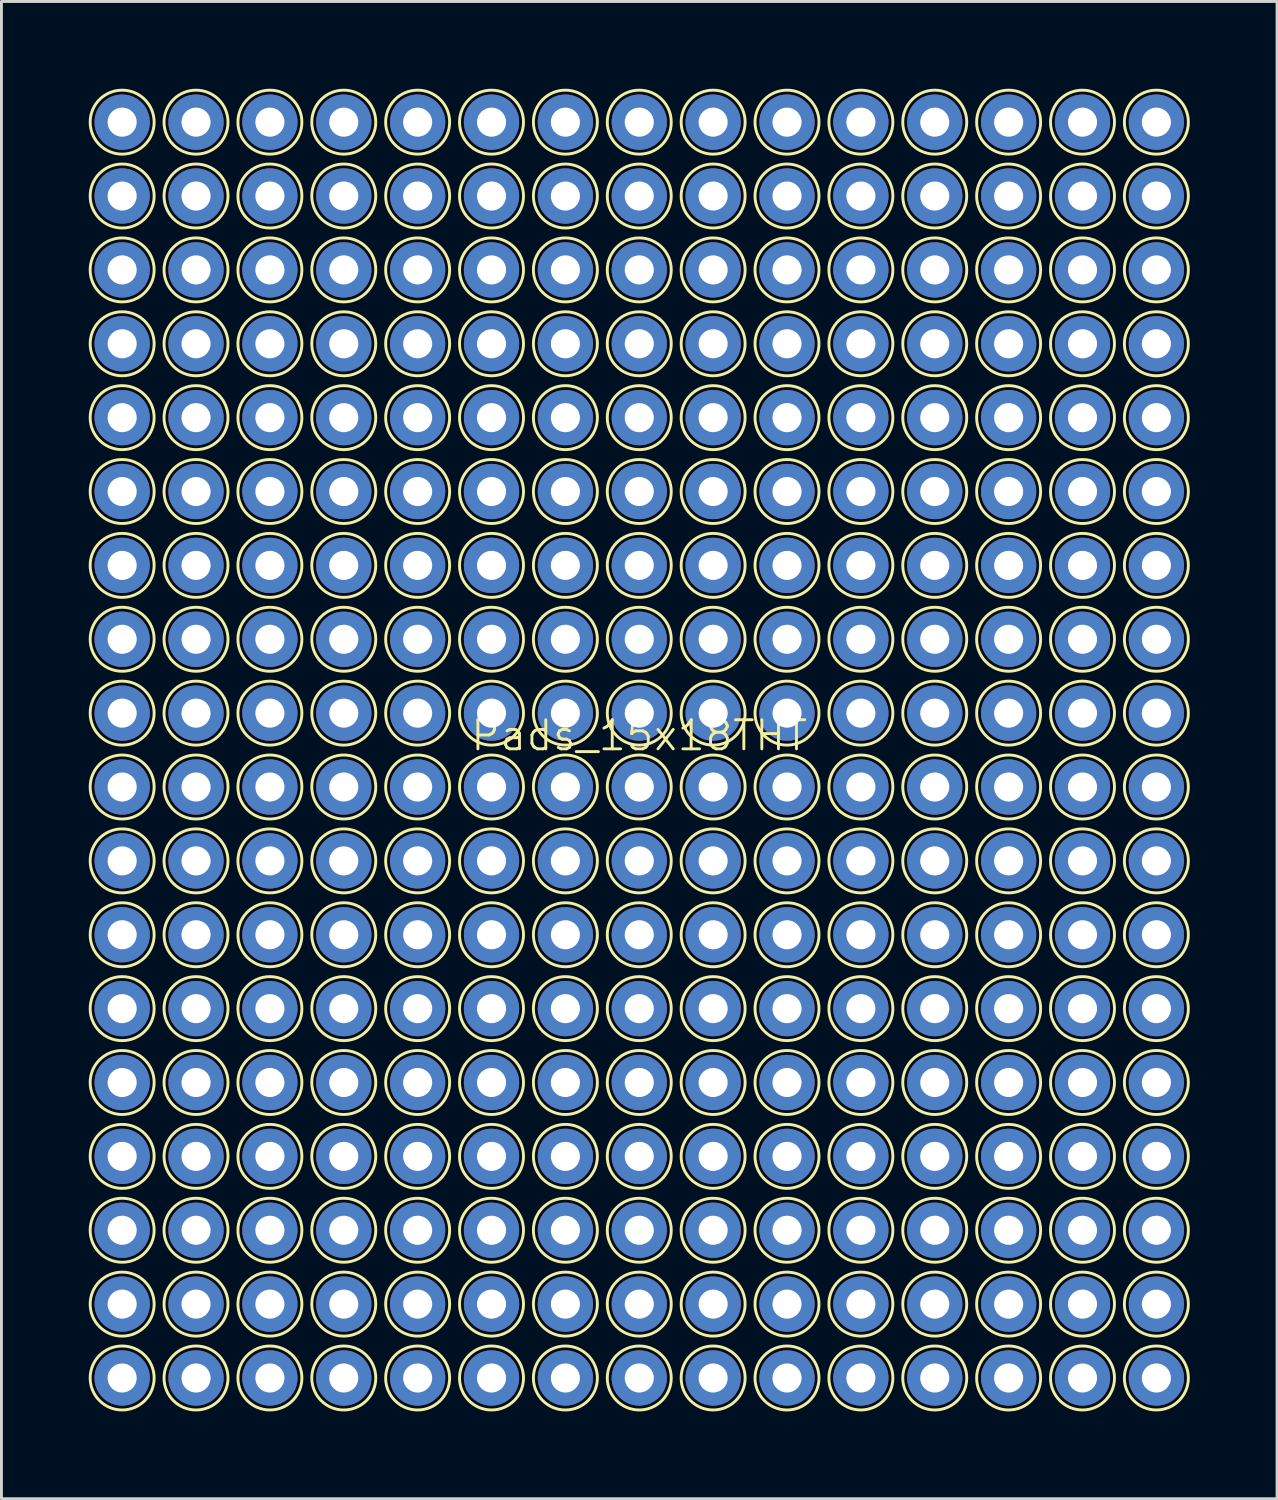
<source format=kicad_pcb>
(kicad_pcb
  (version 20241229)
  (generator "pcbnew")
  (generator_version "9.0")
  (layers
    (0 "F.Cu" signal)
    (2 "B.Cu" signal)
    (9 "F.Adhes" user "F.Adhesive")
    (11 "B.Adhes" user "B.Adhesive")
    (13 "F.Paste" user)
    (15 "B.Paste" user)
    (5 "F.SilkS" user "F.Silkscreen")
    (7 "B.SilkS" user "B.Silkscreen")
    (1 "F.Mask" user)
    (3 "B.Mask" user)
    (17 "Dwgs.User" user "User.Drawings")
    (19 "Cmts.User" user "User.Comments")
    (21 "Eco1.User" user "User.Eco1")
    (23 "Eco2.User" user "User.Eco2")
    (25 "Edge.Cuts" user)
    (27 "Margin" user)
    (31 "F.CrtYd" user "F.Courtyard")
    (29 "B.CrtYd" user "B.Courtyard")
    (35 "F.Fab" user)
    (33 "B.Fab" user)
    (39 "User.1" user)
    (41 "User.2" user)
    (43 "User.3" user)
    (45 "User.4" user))
  (footprint "Pads_15x18THT"
    (layer "F.Cu")
    (at 18.93 22.74)
    (property "Reference" "Pads_15x18THT" (at 0 -0.5 0) (unlocked yes) (layer "F.SilkS") (effects (font (size 1 1) (thickness 0.1))))
    (attr smd)
    (fp_circle (center -17.78 -21.59) (end -16.68 -21.59) (stroke (width 0.1) (type solid)) (fill no) (layer "F.SilkS"))
    (fp_circle (center -17.78 -19.05) (end -16.68 -19.05) (stroke (width 0.1) (type solid)) (fill no) (layer "F.SilkS"))
    (fp_circle (center -17.78 -16.51) (end -16.68 -16.51) (stroke (width 0.1) (type solid)) (fill no) (layer "F.SilkS"))
    (fp_circle (center -17.78 -13.97) (end -16.68 -13.97) (stroke (width 0.1) (type solid)) (fill no) (layer "F.SilkS"))
    (fp_circle (center -17.78 -11.43) (end -16.68 -11.43) (stroke (width 0.1) (type solid)) (fill no) (layer "F.SilkS"))
    (fp_circle (center -17.78 -8.89) (end -16.68 -8.89) (stroke (width 0.1) (type solid)) (fill no) (layer "F.SilkS"))
    (fp_circle (center -17.78 -6.35) (end -16.68 -6.35) (stroke (width 0.1) (type solid)) (fill no) (layer "F.SilkS"))
    (fp_circle (center -17.78 -3.81) (end -16.68 -3.81) (stroke (width 0.1) (type solid)) (fill no) (layer "F.SilkS"))
    (fp_circle (center -17.78 -1.27) (end -16.68 -1.27) (stroke (width 0.1) (type solid)) (fill no) (layer "F.SilkS"))
    (fp_circle (center -17.78 1.27) (end -16.68 1.27) (stroke (width 0.1) (type solid)) (fill no) (layer "F.SilkS"))
    (fp_circle (center -17.78 3.81) (end -16.68 3.81) (stroke (width 0.1) (type solid)) (fill no) (layer "F.SilkS"))
    (fp_circle (center -17.78 6.35) (end -16.68 6.35) (stroke (width 0.1) (type solid)) (fill no) (layer "F.SilkS"))
    (fp_circle (center -17.78 8.89) (end -16.68 8.89) (stroke (width 0.1) (type solid)) (fill no) (layer "F.SilkS"))
    (fp_circle (center -17.78 11.43) (end -16.68 11.43) (stroke (width 0.1) (type solid)) (fill no) (layer "F.SilkS"))
    (fp_circle (center -17.78 13.97) (end -16.68 13.97) (stroke (width 0.1) (type solid)) (fill no) (layer "F.SilkS"))
    (fp_circle (center -17.78 16.51) (end -16.68 16.51) (stroke (width 0.1) (type solid)) (fill no) (layer "F.SilkS"))
    (fp_circle (center -17.78 19.05) (end -16.68 19.05) (stroke (width 0.1) (type solid)) (fill no) (layer "F.SilkS"))
    (fp_circle (center -17.78 21.59) (end -16.68 21.59) (stroke (width 0.1) (type solid)) (fill no) (layer "F.SilkS"))
    (fp_circle (center -15.24 -21.59) (end -14.14 -21.59) (stroke (width 0.1) (type solid)) (fill no) (layer "F.SilkS"))
    (fp_circle (center -15.24 -19.05) (end -14.14 -19.05) (stroke (width 0.1) (type solid)) (fill no) (layer "F.SilkS"))
    (fp_circle (center -15.24 -16.51) (end -14.14 -16.51) (stroke (width 0.1) (type solid)) (fill no) (layer "F.SilkS"))
    (fp_circle (center -15.24 -13.97) (end -14.14 -13.97) (stroke (width 0.1) (type solid)) (fill no) (layer "F.SilkS"))
    (fp_circle (center -15.24 -11.43) (end -14.14 -11.43) (stroke (width 0.1) (type solid)) (fill no) (layer "F.SilkS"))
    (fp_circle (center -15.24 -8.89) (end -14.14 -8.89) (stroke (width 0.1) (type solid)) (fill no) (layer "F.SilkS"))
    (fp_circle (center -15.24 -6.35) (end -14.14 -6.35) (stroke (width 0.1) (type solid)) (fill no) (layer "F.SilkS"))
    (fp_circle (center -15.24 -3.81) (end -14.14 -3.81) (stroke (width 0.1) (type solid)) (fill no) (layer "F.SilkS"))
    (fp_circle (center -15.24 -1.27) (end -14.14 -1.27) (stroke (width 0.1) (type solid)) (fill no) (layer "F.SilkS"))
    (fp_circle (center -15.24 1.27) (end -14.14 1.27) (stroke (width 0.1) (type solid)) (fill no) (layer "F.SilkS"))
    (fp_circle (center -15.24 3.81) (end -14.14 3.81) (stroke (width 0.1) (type solid)) (fill no) (layer "F.SilkS"))
    (fp_circle (center -15.24 6.35) (end -14.14 6.35) (stroke (width 0.1) (type solid)) (fill no) (layer "F.SilkS"))
    (fp_circle (center -15.24 8.89) (end -14.14 8.89) (stroke (width 0.1) (type solid)) (fill no) (layer "F.SilkS"))
    (fp_circle (center -15.24 11.43) (end -14.14 11.43) (stroke (width 0.1) (type solid)) (fill no) (layer "F.SilkS"))
    (fp_circle (center -15.24 13.97) (end -14.14 13.97) (stroke (width 0.1) (type solid)) (fill no) (layer "F.SilkS"))
    (fp_circle (center -15.24 16.51) (end -14.14 16.51) (stroke (width 0.1) (type solid)) (fill no) (layer "F.SilkS"))
    (fp_circle (center -15.24 19.05) (end -14.14 19.05) (stroke (width 0.1) (type solid)) (fill no) (layer "F.SilkS"))
    (fp_circle (center -15.24 21.59) (end -14.14 21.59) (stroke (width 0.1) (type solid)) (fill no) (layer "F.SilkS"))
    (fp_circle (center -12.7 -21.59) (end -11.6 -21.59) (stroke (width 0.1) (type solid)) (fill no) (layer "F.SilkS"))
    (fp_circle (center -12.7 -19.05) (end -11.6 -19.05) (stroke (width 0.1) (type solid)) (fill no) (layer "F.SilkS"))
    (fp_circle (center -12.7 -16.51) (end -11.6 -16.51) (stroke (width 0.1) (type solid)) (fill no) (layer "F.SilkS"))
    (fp_circle (center -12.7 -13.97) (end -11.6 -13.97) (stroke (width 0.1) (type solid)) (fill no) (layer "F.SilkS"))
    (fp_circle (center -12.7 -11.43) (end -11.6 -11.43) (stroke (width 0.1) (type solid)) (fill no) (layer "F.SilkS"))
    (fp_circle (center -12.7 -8.89) (end -11.6 -8.89) (stroke (width 0.1) (type solid)) (fill no) (layer "F.SilkS"))
    (fp_circle (center -12.7 -6.35) (end -11.6 -6.35) (stroke (width 0.1) (type solid)) (fill no) (layer "F.SilkS"))
    (fp_circle (center -12.7 -3.81) (end -11.6 -3.81) (stroke (width 0.1) (type solid)) (fill no) (layer "F.SilkS"))
    (fp_circle (center -12.7 -1.27) (end -11.6 -1.27) (stroke (width 0.1) (type solid)) (fill no) (layer "F.SilkS"))
    (fp_circle (center -12.7 1.27) (end -11.6 1.27) (stroke (width 0.1) (type solid)) (fill no) (layer "F.SilkS"))
    (fp_circle (center -12.7 3.81) (end -11.6 3.81) (stroke (width 0.1) (type solid)) (fill no) (layer "F.SilkS"))
    (fp_circle (center -12.7 6.35) (end -11.6 6.35) (stroke (width 0.1) (type solid)) (fill no) (layer "F.SilkS"))
    (fp_circle (center -12.7 8.89) (end -11.6 8.89) (stroke (width 0.1) (type solid)) (fill no) (layer "F.SilkS"))
    (fp_circle (center -12.7 11.43) (end -11.6 11.43) (stroke (width 0.1) (type solid)) (fill no) (layer "F.SilkS"))
    (fp_circle (center -12.7 13.97) (end -11.6 13.97) (stroke (width 0.1) (type solid)) (fill no) (layer "F.SilkS"))
    (fp_circle (center -12.7 16.51) (end -11.6 16.51) (stroke (width 0.1) (type solid)) (fill no) (layer "F.SilkS"))
    (fp_circle (center -12.7 19.05) (end -11.6 19.05) (stroke (width 0.1) (type solid)) (fill no) (layer "F.SilkS"))
    (fp_circle (center -12.7 21.59) (end -11.6 21.59) (stroke (width 0.1) (type solid)) (fill no) (layer "F.SilkS"))
    (fp_circle (center -10.16 -21.59) (end -9.06 -21.59) (stroke (width 0.1) (type solid)) (fill no) (layer "F.SilkS"))
    (fp_circle (center -10.16 -19.05) (end -9.06 -19.05) (stroke (width 0.1) (type solid)) (fill no) (layer "F.SilkS"))
    (fp_circle (center -10.16 -16.51) (end -9.06 -16.51) (stroke (width 0.1) (type solid)) (fill no) (layer "F.SilkS"))
    (fp_circle (center -10.16 -13.97) (end -9.06 -13.97) (stroke (width 0.1) (type solid)) (fill no) (layer "F.SilkS"))
    (fp_circle (center -10.16 -11.43) (end -9.06 -11.43) (stroke (width 0.1) (type solid)) (fill no) (layer "F.SilkS"))
    (fp_circle (center -10.16 -8.89) (end -9.06 -8.89) (stroke (width 0.1) (type solid)) (fill no) (layer "F.SilkS"))
    (fp_circle (center -10.16 -6.35) (end -9.06 -6.35) (stroke (width 0.1) (type solid)) (fill no) (layer "F.SilkS"))
    (fp_circle (center -10.16 -3.81) (end -9.06 -3.81) (stroke (width 0.1) (type solid)) (fill no) (layer "F.SilkS"))
    (fp_circle (center -10.16 -1.27) (end -9.06 -1.27) (stroke (width 0.1) (type solid)) (fill no) (layer "F.SilkS"))
    (fp_circle (center -10.16 1.27) (end -9.06 1.27) (stroke (width 0.1) (type solid)) (fill no) (layer "F.SilkS"))
    (fp_circle (center -10.16 3.81) (end -9.06 3.81) (stroke (width 0.1) (type solid)) (fill no) (layer "F.SilkS"))
    (fp_circle (center -10.16 6.35) (end -9.06 6.35) (stroke (width 0.1) (type solid)) (fill no) (layer "F.SilkS"))
    (fp_circle (center -10.16 8.89) (end -9.06 8.89) (stroke (width 0.1) (type solid)) (fill no) (layer "F.SilkS"))
    (fp_circle (center -10.16 11.43) (end -9.06 11.43) (stroke (width 0.1) (type solid)) (fill no) (layer "F.SilkS"))
    (fp_circle (center -10.16 13.97) (end -9.06 13.97) (stroke (width 0.1) (type solid)) (fill no) (layer "F.SilkS"))
    (fp_circle (center -10.16 16.51) (end -9.06 16.51) (stroke (width 0.1) (type solid)) (fill no) (layer "F.SilkS"))
    (fp_circle (center -10.16 19.05) (end -9.06 19.05) (stroke (width 0.1) (type solid)) (fill no) (layer "F.SilkS"))
    (fp_circle (center -10.16 21.59) (end -9.06 21.59) (stroke (width 0.1) (type solid)) (fill no) (layer "F.SilkS"))
    (fp_circle (center -7.62 -21.59) (end -6.52 -21.59) (stroke (width 0.1) (type solid)) (fill no) (layer "F.SilkS"))
    (fp_circle (center -7.62 -19.05) (end -6.52 -19.05) (stroke (width 0.1) (type solid)) (fill no) (layer "F.SilkS"))
    (fp_circle (center -7.62 -16.51) (end -6.52 -16.51) (stroke (width 0.1) (type solid)) (fill no) (layer "F.SilkS"))
    (fp_circle (center -7.62 -13.97) (end -6.52 -13.97) (stroke (width 0.1) (type solid)) (fill no) (layer "F.SilkS"))
    (fp_circle (center -7.62 -11.43) (end -6.52 -11.43) (stroke (width 0.1) (type solid)) (fill no) (layer "F.SilkS"))
    (fp_circle (center -7.62 -8.89) (end -6.52 -8.89) (stroke (width 0.1) (type solid)) (fill no) (layer "F.SilkS"))
    (fp_circle (center -7.62 -6.35) (end -6.52 -6.35) (stroke (width 0.1) (type solid)) (fill no) (layer "F.SilkS"))
    (fp_circle (center -7.62 -3.81) (end -6.52 -3.81) (stroke (width 0.1) (type solid)) (fill no) (layer "F.SilkS"))
    (fp_circle (center -7.62 -1.27) (end -6.52 -1.27) (stroke (width 0.1) (type solid)) (fill no) (layer "F.SilkS"))
    (fp_circle (center -7.62 1.27) (end -6.52 1.27) (stroke (width 0.1) (type solid)) (fill no) (layer "F.SilkS"))
    (fp_circle (center -7.62 3.81) (end -6.52 3.81) (stroke (width 0.1) (type solid)) (fill no) (layer "F.SilkS"))
    (fp_circle (center -7.62 6.35) (end -6.52 6.35) (stroke (width 0.1) (type solid)) (fill no) (layer "F.SilkS"))
    (fp_circle (center -7.62 8.89) (end -6.52 8.89) (stroke (width 0.1) (type solid)) (fill no) (layer "F.SilkS"))
    (fp_circle (center -7.62 11.43) (end -6.52 11.43) (stroke (width 0.1) (type solid)) (fill no) (layer "F.SilkS"))
    (fp_circle (center -7.62 13.97) (end -6.52 13.97) (stroke (width 0.1) (type solid)) (fill no) (layer "F.SilkS"))
    (fp_circle (center -7.62 16.51) (end -6.52 16.51) (stroke (width 0.1) (type solid)) (fill no) (layer "F.SilkS"))
    (fp_circle (center -7.62 19.05) (end -6.52 19.05) (stroke (width 0.1) (type solid)) (fill no) (layer "F.SilkS"))
    (fp_circle (center -7.62 21.59) (end -6.52 21.59) (stroke (width 0.1) (type solid)) (fill no) (layer "F.SilkS"))
    (fp_circle (center -5.08 -21.59) (end -3.98 -21.59) (stroke (width 0.1) (type solid)) (fill no) (layer "F.SilkS"))
    (fp_circle (center -5.08 -19.05) (end -3.98 -19.05) (stroke (width 0.1) (type solid)) (fill no) (layer "F.SilkS"))
    (fp_circle (center -5.08 -16.51) (end -3.98 -16.51) (stroke (width 0.1) (type solid)) (fill no) (layer "F.SilkS"))
    (fp_circle (center -5.08 -13.97) (end -3.98 -13.97) (stroke (width 0.1) (type solid)) (fill no) (layer "F.SilkS"))
    (fp_circle (center -5.08 -11.43) (end -3.98 -11.43) (stroke (width 0.1) (type solid)) (fill no) (layer "F.SilkS"))
    (fp_circle (center -5.08 -8.89) (end -3.98 -8.89) (stroke (width 0.1) (type solid)) (fill no) (layer "F.SilkS"))
    (fp_circle (center -5.08 -6.35) (end -3.98 -6.35) (stroke (width 0.1) (type solid)) (fill no) (layer "F.SilkS"))
    (fp_circle (center -5.08 -3.81) (end -3.98 -3.81) (stroke (width 0.1) (type solid)) (fill no) (layer "F.SilkS"))
    (fp_circle (center -5.08 -1.27) (end -3.98 -1.27) (stroke (width 0.1) (type solid)) (fill no) (layer "F.SilkS"))
    (fp_circle (center -5.08 1.27) (end -3.98 1.27) (stroke (width 0.1) (type solid)) (fill no) (layer "F.SilkS"))
    (fp_circle (center -5.08 3.81) (end -3.98 3.81) (stroke (width 0.1) (type solid)) (fill no) (layer "F.SilkS"))
    (fp_circle (center -5.08 6.35) (end -3.98 6.35) (stroke (width 0.1) (type solid)) (fill no) (layer "F.SilkS"))
    (fp_circle (center -5.08 8.89) (end -3.98 8.89) (stroke (width 0.1) (type solid)) (fill no) (layer "F.SilkS"))
    (fp_circle (center -5.08 11.43) (end -3.98 11.43) (stroke (width 0.1) (type solid)) (fill no) (layer "F.SilkS"))
    (fp_circle (center -5.08 13.97) (end -3.98 13.97) (stroke (width 0.1) (type solid)) (fill no) (layer "F.SilkS"))
    (fp_circle (center -5.08 16.51) (end -3.98 16.51) (stroke (width 0.1) (type solid)) (fill no) (layer "F.SilkS"))
    (fp_circle (center -5.08 19.05) (end -3.98 19.05) (stroke (width 0.1) (type solid)) (fill no) (layer "F.SilkS"))
    (fp_circle (center -5.08 21.59) (end -3.98 21.59) (stroke (width 0.1) (type solid)) (fill no) (layer "F.SilkS"))
    (fp_circle (center -2.54 -21.59) (end -1.44 -21.59) (stroke (width 0.1) (type solid)) (fill no) (layer "F.SilkS"))
    (fp_circle (center -2.54 -19.05) (end -1.44 -19.05) (stroke (width 0.1) (type solid)) (fill no) (layer "F.SilkS"))
    (fp_circle (center -2.54 -16.51) (end -1.44 -16.51) (stroke (width 0.1) (type solid)) (fill no) (layer "F.SilkS"))
    (fp_circle (center -2.54 -13.97) (end -1.44 -13.97) (stroke (width 0.1) (type solid)) (fill no) (layer "F.SilkS"))
    (fp_circle (center -2.54 -11.43) (end -1.44 -11.43) (stroke (width 0.1) (type solid)) (fill no) (layer "F.SilkS"))
    (fp_circle (center -2.54 -8.89) (end -1.44 -8.89) (stroke (width 0.1) (type solid)) (fill no) (layer "F.SilkS"))
    (fp_circle (center -2.54 -6.35) (end -1.44 -6.35) (stroke (width 0.1) (type solid)) (fill no) (layer "F.SilkS"))
    (fp_circle (center -2.54 -3.81) (end -1.44 -3.81) (stroke (width 0.1) (type solid)) (fill no) (layer "F.SilkS"))
    (fp_circle (center -2.54 -1.27) (end -1.44 -1.27) (stroke (width 0.1) (type solid)) (fill no) (layer "F.SilkS"))
    (fp_circle (center -2.54 1.27) (end -1.44 1.27) (stroke (width 0.1) (type solid)) (fill no) (layer "F.SilkS"))
    (fp_circle (center -2.54 3.81) (end -1.44 3.81) (stroke (width 0.1) (type solid)) (fill no) (layer "F.SilkS"))
    (fp_circle (center -2.54 6.35) (end -1.44 6.35) (stroke (width 0.1) (type solid)) (fill no) (layer "F.SilkS"))
    (fp_circle (center -2.54 8.89) (end -1.44 8.89) (stroke (width 0.1) (type solid)) (fill no) (layer "F.SilkS"))
    (fp_circle (center -2.54 11.43) (end -1.44 11.43) (stroke (width 0.1) (type solid)) (fill no) (layer "F.SilkS"))
    (fp_circle (center -2.54 13.97) (end -1.44 13.97) (stroke (width 0.1) (type solid)) (fill no) (layer "F.SilkS"))
    (fp_circle (center -2.54 16.51) (end -1.44 16.51) (stroke (width 0.1) (type solid)) (fill no) (layer "F.SilkS"))
    (fp_circle (center -2.54 19.05) (end -1.44 19.05) (stroke (width 0.1) (type solid)) (fill no) (layer "F.SilkS"))
    (fp_circle (center -2.54 21.59) (end -1.44 21.59) (stroke (width 0.1) (type solid)) (fill no) (layer "F.SilkS"))
    (fp_circle (center 0 -21.59) (end 1.1 -21.59) (stroke (width 0.1) (type solid)) (fill no) (layer "F.SilkS"))
    (fp_circle (center 0 -19.05) (end 1.1 -19.05) (stroke (width 0.1) (type solid)) (fill no) (layer "F.SilkS"))
    (fp_circle (center 0 -16.51) (end 1.1 -16.51) (stroke (width 0.1) (type solid)) (fill no) (layer "F.SilkS"))
    (fp_circle (center 0 -13.97) (end 1.1 -13.97) (stroke (width 0.1) (type solid)) (fill no) (layer "F.SilkS"))
    (fp_circle (center 0 -11.43) (end 1.1 -11.43) (stroke (width 0.1) (type solid)) (fill no) (layer "F.SilkS"))
    (fp_circle (center 0 -8.89) (end 1.1 -8.89) (stroke (width 0.1) (type solid)) (fill no) (layer "F.SilkS"))
    (fp_circle (center 0 -6.35) (end 1.1 -6.35) (stroke (width 0.1) (type solid)) (fill no) (layer "F.SilkS"))
    (fp_circle (center 0 -3.81) (end 1.1 -3.81) (stroke (width 0.1) (type solid)) (fill no) (layer "F.SilkS"))
    (fp_circle (center 0 -1.27) (end 1.1 -1.27) (stroke (width 0.1) (type solid)) (fill no) (layer "F.SilkS"))
    (fp_circle (center 0 1.27) (end 1.1 1.27) (stroke (width 0.1) (type solid)) (fill no) (layer "F.SilkS"))
    (fp_circle (center 0 3.81) (end 1.1 3.81) (stroke (width 0.1) (type solid)) (fill no) (layer "F.SilkS"))
    (fp_circle (center 0 6.35) (end 1.1 6.35) (stroke (width 0.1) (type solid)) (fill no) (layer "F.SilkS"))
    (fp_circle (center 0 8.89) (end 1.1 8.89) (stroke (width 0.1) (type solid)) (fill no) (layer "F.SilkS"))
    (fp_circle (center 0 11.43) (end 1.1 11.43) (stroke (width 0.1) (type solid)) (fill no) (layer "F.SilkS"))
    (fp_circle (center 0 13.97) (end 1.1 13.97) (stroke (width 0.1) (type solid)) (fill no) (layer "F.SilkS"))
    (fp_circle (center 0 16.51) (end 1.1 16.51) (stroke (width 0.1) (type solid)) (fill no) (layer "F.SilkS"))
    (fp_circle (center 0 19.05) (end 1.1 19.05) (stroke (width 0.1) (type solid)) (fill no) (layer "F.SilkS"))
    (fp_circle (center 0 21.59) (end 1.1 21.59) (stroke (width 0.1) (type solid)) (fill no) (layer "F.SilkS"))
    (fp_circle (center 2.54 -21.59) (end 3.64 -21.59) (stroke (width 0.1) (type solid)) (fill no) (layer "F.SilkS"))
    (fp_circle (center 2.54 -19.05) (end 3.64 -19.05) (stroke (width 0.1) (type solid)) (fill no) (layer "F.SilkS"))
    (fp_circle (center 2.54 -16.51) (end 3.64 -16.51) (stroke (width 0.1) (type solid)) (fill no) (layer "F.SilkS"))
    (fp_circle (center 2.54 -13.97) (end 3.64 -13.97) (stroke (width 0.1) (type solid)) (fill no) (layer "F.SilkS"))
    (fp_circle (center 2.54 -11.43) (end 3.64 -11.43) (stroke (width 0.1) (type solid)) (fill no) (layer "F.SilkS"))
    (fp_circle (center 2.54 -8.89) (end 3.64 -8.89) (stroke (width 0.1) (type solid)) (fill no) (layer "F.SilkS"))
    (fp_circle (center 2.54 -6.35) (end 3.64 -6.35) (stroke (width 0.1) (type solid)) (fill no) (layer "F.SilkS"))
    (fp_circle (center 2.54 -3.81) (end 3.64 -3.81) (stroke (width 0.1) (type solid)) (fill no) (layer "F.SilkS"))
    (fp_circle (center 2.54 -1.27) (end 3.64 -1.27) (stroke (width 0.1) (type solid)) (fill no) (layer "F.SilkS"))
    (fp_circle (center 2.54 1.27) (end 3.64 1.27) (stroke (width 0.1) (type solid)) (fill no) (layer "F.SilkS"))
    (fp_circle (center 2.54 3.81) (end 3.64 3.81) (stroke (width 0.1) (type solid)) (fill no) (layer "F.SilkS"))
    (fp_circle (center 2.54 6.35) (end 3.64 6.35) (stroke (width 0.1) (type solid)) (fill no) (layer "F.SilkS"))
    (fp_circle (center 2.54 8.89) (end 3.64 8.89) (stroke (width 0.1) (type solid)) (fill no) (layer "F.SilkS"))
    (fp_circle (center 2.54 11.43) (end 3.64 11.43) (stroke (width 0.1) (type solid)) (fill no) (layer "F.SilkS"))
    (fp_circle (center 2.54 13.97) (end 3.64 13.97) (stroke (width 0.1) (type solid)) (fill no) (layer "F.SilkS"))
    (fp_circle (center 2.54 16.51) (end 3.64 16.51) (stroke (width 0.1) (type solid)) (fill no) (layer "F.SilkS"))
    (fp_circle (center 2.54 19.05) (end 3.64 19.05) (stroke (width 0.1) (type solid)) (fill no) (layer "F.SilkS"))
    (fp_circle (center 2.54 21.59) (end 3.64 21.59) (stroke (width 0.1) (type solid)) (fill no) (layer "F.SilkS"))
    (fp_circle (center 5.08 -21.59) (end 6.18 -21.59) (stroke (width 0.1) (type solid)) (fill no) (layer "F.SilkS"))
    (fp_circle (center 5.08 -19.05) (end 6.18 -19.05) (stroke (width 0.1) (type solid)) (fill no) (layer "F.SilkS"))
    (fp_circle (center 5.08 -16.51) (end 6.18 -16.51) (stroke (width 0.1) (type solid)) (fill no) (layer "F.SilkS"))
    (fp_circle (center 5.08 -13.97) (end 6.18 -13.97) (stroke (width 0.1) (type solid)) (fill no) (layer "F.SilkS"))
    (fp_circle (center 5.08 -11.43) (end 6.18 -11.43) (stroke (width 0.1) (type solid)) (fill no) (layer "F.SilkS"))
    (fp_circle (center 5.08 -8.89) (end 6.18 -8.89) (stroke (width 0.1) (type solid)) (fill no) (layer "F.SilkS"))
    (fp_circle (center 5.08 -6.35) (end 6.18 -6.35) (stroke (width 0.1) (type solid)) (fill no) (layer "F.SilkS"))
    (fp_circle (center 5.08 -3.81) (end 6.18 -3.81) (stroke (width 0.1) (type solid)) (fill no) (layer "F.SilkS"))
    (fp_circle (center 5.08 -1.27) (end 6.18 -1.27) (stroke (width 0.1) (type solid)) (fill no) (layer "F.SilkS"))
    (fp_circle (center 5.08 1.27) (end 6.18 1.27) (stroke (width 0.1) (type solid)) (fill no) (layer "F.SilkS"))
    (fp_circle (center 5.08 3.81) (end 6.18 3.81) (stroke (width 0.1) (type solid)) (fill no) (layer "F.SilkS"))
    (fp_circle (center 5.08 6.35) (end 6.18 6.35) (stroke (width 0.1) (type solid)) (fill no) (layer "F.SilkS"))
    (fp_circle (center 5.08 8.89) (end 6.18 8.89) (stroke (width 0.1) (type solid)) (fill no) (layer "F.SilkS"))
    (fp_circle (center 5.08 11.43) (end 6.18 11.43) (stroke (width 0.1) (type solid)) (fill no) (layer "F.SilkS"))
    (fp_circle (center 5.08 13.97) (end 6.18 13.97) (stroke (width 0.1) (type solid)) (fill no) (layer "F.SilkS"))
    (fp_circle (center 5.08 16.51) (end 6.18 16.51) (stroke (width 0.1) (type solid)) (fill no) (layer "F.SilkS"))
    (fp_circle (center 5.08 19.05) (end 6.18 19.05) (stroke (width 0.1) (type solid)) (fill no) (layer "F.SilkS"))
    (fp_circle (center 5.08 21.59) (end 6.18 21.59) (stroke (width 0.1) (type solid)) (fill no) (layer "F.SilkS"))
    (fp_circle (center 7.62 -21.59) (end 8.72 -21.59) (stroke (width 0.1) (type solid)) (fill no) (layer "F.SilkS"))
    (fp_circle (center 7.62 -19.05) (end 8.72 -19.05) (stroke (width 0.1) (type solid)) (fill no) (layer "F.SilkS"))
    (fp_circle (center 7.62 -16.51) (end 8.72 -16.51) (stroke (width 0.1) (type solid)) (fill no) (layer "F.SilkS"))
    (fp_circle (center 7.62 -13.97) (end 8.72 -13.97) (stroke (width 0.1) (type solid)) (fill no) (layer "F.SilkS"))
    (fp_circle (center 7.62 -11.43) (end 8.72 -11.43) (stroke (width 0.1) (type solid)) (fill no) (layer "F.SilkS"))
    (fp_circle (center 7.62 -8.89) (end 8.72 -8.89) (stroke (width 0.1) (type solid)) (fill no) (layer "F.SilkS"))
    (fp_circle (center 7.62 -6.35) (end 8.72 -6.35) (stroke (width 0.1) (type solid)) (fill no) (layer "F.SilkS"))
    (fp_circle (center 7.62 -3.81) (end 8.72 -3.81) (stroke (width 0.1) (type solid)) (fill no) (layer "F.SilkS"))
    (fp_circle (center 7.62 -1.27) (end 8.72 -1.27) (stroke (width 0.1) (type solid)) (fill no) (layer "F.SilkS"))
    (fp_circle (center 7.62 1.27) (end 8.72 1.27) (stroke (width 0.1) (type solid)) (fill no) (layer "F.SilkS"))
    (fp_circle (center 7.62 3.81) (end 8.72 3.81) (stroke (width 0.1) (type solid)) (fill no) (layer "F.SilkS"))
    (fp_circle (center 7.62 6.35) (end 8.72 6.35) (stroke (width 0.1) (type solid)) (fill no) (layer "F.SilkS"))
    (fp_circle (center 7.62 8.89) (end 8.72 8.89) (stroke (width 0.1) (type solid)) (fill no) (layer "F.SilkS"))
    (fp_circle (center 7.62 11.43) (end 8.72 11.43) (stroke (width 0.1) (type solid)) (fill no) (layer "F.SilkS"))
    (fp_circle (center 7.62 13.97) (end 8.72 13.97) (stroke (width 0.1) (type solid)) (fill no) (layer "F.SilkS"))
    (fp_circle (center 7.62 16.51) (end 8.72 16.51) (stroke (width 0.1) (type solid)) (fill no) (layer "F.SilkS"))
    (fp_circle (center 7.62 19.05) (end 8.72 19.05) (stroke (width 0.1) (type solid)) (fill no) (layer "F.SilkS"))
    (fp_circle (center 7.62 21.59) (end 8.72 21.59) (stroke (width 0.1) (type solid)) (fill no) (layer "F.SilkS"))
    (fp_circle (center 10.16 -21.59) (end 11.26 -21.59) (stroke (width 0.1) (type solid)) (fill no) (layer "F.SilkS"))
    (fp_circle (center 10.16 -19.05) (end 11.26 -19.05) (stroke (width 0.1) (type solid)) (fill no) (layer "F.SilkS"))
    (fp_circle (center 10.16 -16.51) (end 11.26 -16.51) (stroke (width 0.1) (type solid)) (fill no) (layer "F.SilkS"))
    (fp_circle (center 10.16 -13.97) (end 11.26 -13.97) (stroke (width 0.1) (type solid)) (fill no) (layer "F.SilkS"))
    (fp_circle (center 10.16 -11.43) (end 11.26 -11.43) (stroke (width 0.1) (type solid)) (fill no) (layer "F.SilkS"))
    (fp_circle (center 10.16 -8.89) (end 11.26 -8.89) (stroke (width 0.1) (type solid)) (fill no) (layer "F.SilkS"))
    (fp_circle (center 10.16 -6.35) (end 11.26 -6.35) (stroke (width 0.1) (type solid)) (fill no) (layer "F.SilkS"))
    (fp_circle (center 10.16 -3.81) (end 11.26 -3.81) (stroke (width 0.1) (type solid)) (fill no) (layer "F.SilkS"))
    (fp_circle (center 10.16 -1.27) (end 11.26 -1.27) (stroke (width 0.1) (type solid)) (fill no) (layer "F.SilkS"))
    (fp_circle (center 10.16 1.27) (end 11.26 1.27) (stroke (width 0.1) (type solid)) (fill no) (layer "F.SilkS"))
    (fp_circle (center 10.16 3.81) (end 11.26 3.81) (stroke (width 0.1) (type solid)) (fill no) (layer "F.SilkS"))
    (fp_circle (center 10.16 6.35) (end 11.26 6.35) (stroke (width 0.1) (type solid)) (fill no) (layer "F.SilkS"))
    (fp_circle (center 10.16 8.89) (end 11.26 8.89) (stroke (width 0.1) (type solid)) (fill no) (layer "F.SilkS"))
    (fp_circle (center 10.16 11.43) (end 11.26 11.43) (stroke (width 0.1) (type solid)) (fill no) (layer "F.SilkS"))
    (fp_circle (center 10.16 13.97) (end 11.26 13.97) (stroke (width 0.1) (type solid)) (fill no) (layer "F.SilkS"))
    (fp_circle (center 10.16 16.51) (end 11.26 16.51) (stroke (width 0.1) (type solid)) (fill no) (layer "F.SilkS"))
    (fp_circle (center 10.16 19.05) (end 11.26 19.05) (stroke (width 0.1) (type solid)) (fill no) (layer "F.SilkS"))
    (fp_circle (center 10.16 21.59) (end 11.26 21.59) (stroke (width 0.1) (type solid)) (fill no) (layer "F.SilkS"))
    (fp_circle (center 12.7 -21.59) (end 13.8 -21.59) (stroke (width 0.1) (type solid)) (fill no) (layer "F.SilkS"))
    (fp_circle (center 12.7 -19.05) (end 13.8 -19.05) (stroke (width 0.1) (type solid)) (fill no) (layer "F.SilkS"))
    (fp_circle (center 12.7 -16.51) (end 13.8 -16.51) (stroke (width 0.1) (type solid)) (fill no) (layer "F.SilkS"))
    (fp_circle (center 12.7 -13.97) (end 13.8 -13.97) (stroke (width 0.1) (type solid)) (fill no) (layer "F.SilkS"))
    (fp_circle (center 12.7 -11.43) (end 13.8 -11.43) (stroke (width 0.1) (type solid)) (fill no) (layer "F.SilkS"))
    (fp_circle (center 12.7 -8.89) (end 13.8 -8.89) (stroke (width 0.1) (type solid)) (fill no) (layer "F.SilkS"))
    (fp_circle (center 12.7 -6.35) (end 13.8 -6.35) (stroke (width 0.1) (type solid)) (fill no) (layer "F.SilkS"))
    (fp_circle (center 12.7 -3.81) (end 13.8 -3.81) (stroke (width 0.1) (type solid)) (fill no) (layer "F.SilkS"))
    (fp_circle (center 12.7 -1.27) (end 13.8 -1.27) (stroke (width 0.1) (type solid)) (fill no) (layer "F.SilkS"))
    (fp_circle (center 12.7 1.27) (end 13.8 1.27) (stroke (width 0.1) (type solid)) (fill no) (layer "F.SilkS"))
    (fp_circle (center 12.7 3.81) (end 13.8 3.81) (stroke (width 0.1) (type solid)) (fill no) (layer "F.SilkS"))
    (fp_circle (center 12.7 6.35) (end 13.8 6.35) (stroke (width 0.1) (type solid)) (fill no) (layer "F.SilkS"))
    (fp_circle (center 12.7 8.89) (end 13.8 8.89) (stroke (width 0.1) (type solid)) (fill no) (layer "F.SilkS"))
    (fp_circle (center 12.7 11.43) (end 13.8 11.43) (stroke (width 0.1) (type solid)) (fill no) (layer "F.SilkS"))
    (fp_circle (center 12.7 13.97) (end 13.8 13.97) (stroke (width 0.1) (type solid)) (fill no) (layer "F.SilkS"))
    (fp_circle (center 12.7 16.51) (end 13.8 16.51) (stroke (width 0.1) (type solid)) (fill no) (layer "F.SilkS"))
    (fp_circle (center 12.7 19.05) (end 13.8 19.05) (stroke (width 0.1) (type solid)) (fill no) (layer "F.SilkS"))
    (fp_circle (center 12.7 21.59) (end 13.8 21.59) (stroke (width 0.1) (type solid)) (fill no) (layer "F.SilkS"))
    (fp_circle (center 15.24 -21.59) (end 16.34 -21.59) (stroke (width 0.1) (type solid)) (fill no) (layer "F.SilkS"))
    (fp_circle (center 15.24 -19.05) (end 16.34 -19.05) (stroke (width 0.1) (type solid)) (fill no) (layer "F.SilkS"))
    (fp_circle (center 15.24 -16.51) (end 16.34 -16.51) (stroke (width 0.1) (type solid)) (fill no) (layer "F.SilkS"))
    (fp_circle (center 15.24 -13.97) (end 16.34 -13.97) (stroke (width 0.1) (type solid)) (fill no) (layer "F.SilkS"))
    (fp_circle (center 15.24 -11.43) (end 16.34 -11.43) (stroke (width 0.1) (type solid)) (fill no) (layer "F.SilkS"))
    (fp_circle (center 15.24 -8.89) (end 16.34 -8.89) (stroke (width 0.1) (type solid)) (fill no) (layer "F.SilkS"))
    (fp_circle (center 15.24 -6.35) (end 16.34 -6.35) (stroke (width 0.1) (type solid)) (fill no) (layer "F.SilkS"))
    (fp_circle (center 15.24 -3.81) (end 16.34 -3.81) (stroke (width 0.1) (type solid)) (fill no) (layer "F.SilkS"))
    (fp_circle (center 15.24 -1.27) (end 16.34 -1.27) (stroke (width 0.1) (type solid)) (fill no) (layer "F.SilkS"))
    (fp_circle (center 15.24 1.27) (end 16.34 1.27) (stroke (width 0.1) (type solid)) (fill no) (layer "F.SilkS"))
    (fp_circle (center 15.24 3.81) (end 16.34 3.81) (stroke (width 0.1) (type solid)) (fill no) (layer "F.SilkS"))
    (fp_circle (center 15.24 6.35) (end 16.34 6.35) (stroke (width 0.1) (type solid)) (fill no) (layer "F.SilkS"))
    (fp_circle (center 15.24 8.89) (end 16.34 8.89) (stroke (width 0.1) (type solid)) (fill no) (layer "F.SilkS"))
    (fp_circle (center 15.24 11.43) (end 16.34 11.43) (stroke (width 0.1) (type solid)) (fill no) (layer "F.SilkS"))
    (fp_circle (center 15.24 13.97) (end 16.34 13.97) (stroke (width 0.1) (type solid)) (fill no) (layer "F.SilkS"))
    (fp_circle (center 15.24 16.51) (end 16.34 16.51) (stroke (width 0.1) (type solid)) (fill no) (layer "F.SilkS"))
    (fp_circle (center 15.24 19.05) (end 16.34 19.05) (stroke (width 0.1) (type solid)) (fill no) (layer "F.SilkS"))
    (fp_circle (center 15.24 21.59) (end 16.34 21.59) (stroke (width 0.1) (type solid)) (fill no) (layer "F.SilkS"))
    (fp_circle (center 17.78 -21.59) (end 18.88 -21.59) (stroke (width 0.1) (type solid)) (fill no) (layer "F.SilkS"))
    (fp_circle (center 17.78 -19.05) (end 18.88 -19.05) (stroke (width 0.1) (type solid)) (fill no) (layer "F.SilkS"))
    (fp_circle (center 17.78 -16.51) (end 18.88 -16.51) (stroke (width 0.1) (type solid)) (fill no) (layer "F.SilkS"))
    (fp_circle (center 17.78 -13.97) (end 18.88 -13.97) (stroke (width 0.1) (type solid)) (fill no) (layer "F.SilkS"))
    (fp_circle (center 17.78 -11.43) (end 18.88 -11.43) (stroke (width 0.1) (type solid)) (fill no) (layer "F.SilkS"))
    (fp_circle (center 17.78 -8.89) (end 18.88 -8.89) (stroke (width 0.1) (type solid)) (fill no) (layer "F.SilkS"))
    (fp_circle (center 17.78 -6.35) (end 18.88 -6.35) (stroke (width 0.1) (type solid)) (fill no) (layer "F.SilkS"))
    (fp_circle (center 17.78 -3.81) (end 18.88 -3.81) (stroke (width 0.1) (type solid)) (fill no) (layer "F.SilkS"))
    (fp_circle (center 17.78 -1.27) (end 18.88 -1.27) (stroke (width 0.1) (type solid)) (fill no) (layer "F.SilkS"))
    (fp_circle (center 17.78 1.27) (end 18.88 1.27) (stroke (width 0.1) (type solid)) (fill no) (layer "F.SilkS"))
    (fp_circle (center 17.78 3.81) (end 18.88 3.81) (stroke (width 0.1) (type solid)) (fill no) (layer "F.SilkS"))
    (fp_circle (center 17.78 6.35) (end 18.88 6.35) (stroke (width 0.1) (type solid)) (fill no) (layer "F.SilkS"))
    (fp_circle (center 17.78 8.89) (end 18.88 8.89) (stroke (width 0.1) (type solid)) (fill no) (layer "F.SilkS"))
    (fp_circle (center 17.78 11.43) (end 18.88 11.43) (stroke (width 0.1) (type solid)) (fill no) (layer "F.SilkS"))
    (fp_circle (center 17.78 13.97) (end 18.88 13.97) (stroke (width 0.1) (type solid)) (fill no) (layer "F.SilkS"))
    (fp_circle (center 17.78 16.51) (end 18.88 16.51) (stroke (width 0.1) (type solid)) (fill no) (layer "F.SilkS"))
    (fp_circle (center 17.78 19.05) (end 18.88 19.05) (stroke (width 0.1) (type solid)) (fill no) (layer "F.SilkS"))
    (fp_circle (center 17.78 21.59) (end 18.88 21.59) (stroke (width 0.1) (type solid)) (fill no) (layer "F.SilkS"))
    (pad "1" thru_hole circle (at -17.78 -21.59) (size 1.9 1.9) (drill 1) (layers "*.Cu" "*.Mask"))
    (pad "2" thru_hole circle (at -15.24 -21.59) (size 1.9 1.9) (drill 1) (layers "*.Cu" "*.Mask"))
    (pad "3" thru_hole circle (at -12.7 -21.59) (size 1.9 1.9) (drill 1) (layers "*.Cu" "*.Mask"))
    (pad "4" thru_hole circle (at -10.16 -21.59) (size 1.9 1.9) (drill 1) (layers "*.Cu" "*.Mask"))
    (pad "5" thru_hole circle (at -7.62 -21.59) (size 1.9 1.9) (drill 1) (layers "*.Cu" "*.Mask"))
    (pad "6" thru_hole circle (at -5.08 -21.59) (size 1.9 1.9) (drill 1) (layers "*.Cu" "*.Mask"))
    (pad "7" thru_hole circle (at -2.54 -21.59) (size 1.9 1.9) (drill 1) (layers "*.Cu" "*.Mask"))
    (pad "8" thru_hole circle (at 0 -21.59) (size 1.9 1.9) (drill 1) (layers "*.Cu" "*.Mask"))
    (pad "9" thru_hole circle (at 2.54 -21.59) (size 1.9 1.9) (drill 1) (layers "*.Cu" "*.Mask"))
    (pad "10" thru_hole circle (at 5.08 -21.59) (size 1.9 1.9) (drill 1) (layers "*.Cu" "*.Mask"))
    (pad "11" thru_hole circle (at 7.62 -21.59) (size 1.9 1.9) (drill 1) (layers "*.Cu" "*.Mask"))
    (pad "12" thru_hole circle (at 10.16 -21.59) (size 1.9 1.9) (drill 1) (layers "*.Cu" "*.Mask"))
    (pad "13" thru_hole circle (at 12.7 -21.59) (size 1.9 1.9) (drill 1) (layers "*.Cu" "*.Mask"))
    (pad "14" thru_hole circle (at 15.24 -21.59) (size 1.9 1.9) (drill 1) (layers "*.Cu" "*.Mask"))
    (pad "15" thru_hole circle (at 17.78 -21.59) (size 1.9 1.9) (drill 1) (layers "*.Cu" "*.Mask"))
    (pad "16" thru_hole circle (at -17.78 -19.05) (size 1.9 1.9) (drill 1) (layers "*.Cu" "*.Mask"))
    (pad "17" thru_hole circle (at -15.24 -19.05) (size 1.9 1.9) (drill 1) (layers "*.Cu" "*.Mask"))
    (pad "18" thru_hole circle (at -12.7 -19.05) (size 1.9 1.9) (drill 1) (layers "*.Cu" "*.Mask"))
    (pad "19" thru_hole circle (at -10.16 -19.05) (size 1.9 1.9) (drill 1) (layers "*.Cu" "*.Mask"))
    (pad "20" thru_hole circle (at -7.62 -19.05) (size 1.9 1.9) (drill 1) (layers "*.Cu" "*.Mask"))
    (pad "21" thru_hole circle (at -5.08 -19.05) (size 1.9 1.9) (drill 1) (layers "*.Cu" "*.Mask"))
    (pad "22" thru_hole circle (at -2.54 -19.05) (size 1.9 1.9) (drill 1) (layers "*.Cu" "*.Mask"))
    (pad "23" thru_hole circle (at 0 -19.05) (size 1.9 1.9) (drill 1) (layers "*.Cu" "*.Mask"))
    (pad "24" thru_hole circle (at 2.54 -19.05) (size 1.9 1.9) (drill 1) (layers "*.Cu" "*.Mask"))
    (pad "25" thru_hole circle (at 5.08 -19.05) (size 1.9 1.9) (drill 1) (layers "*.Cu" "*.Mask"))
    (pad "26" thru_hole circle (at 7.62 -19.05) (size 1.9 1.9) (drill 1) (layers "*.Cu" "*.Mask"))
    (pad "27" thru_hole circle (at 10.16 -19.05) (size 1.9 1.9) (drill 1) (layers "*.Cu" "*.Mask"))
    (pad "28" thru_hole circle (at 12.7 -19.05) (size 1.9 1.9) (drill 1) (layers "*.Cu" "*.Mask"))
    (pad "29" thru_hole circle (at 15.24 -19.05) (size 1.9 1.9) (drill 1) (layers "*.Cu" "*.Mask"))
    (pad "30" thru_hole circle (at 17.78 -19.05) (size 1.9 1.9) (drill 1) (layers "*.Cu" "*.Mask"))
    (pad "31" thru_hole circle (at -17.78 -16.51) (size 1.9 1.9) (drill 1) (layers "*.Cu" "*.Mask"))
    (pad "32" thru_hole circle (at -15.24 -16.51) (size 1.9 1.9) (drill 1) (layers "*.Cu" "*.Mask"))
    (pad "33" thru_hole circle (at -12.7 -16.51) (size 1.9 1.9) (drill 1) (layers "*.Cu" "*.Mask"))
    (pad "34" thru_hole circle (at -10.16 -16.51) (size 1.9 1.9) (drill 1) (layers "*.Cu" "*.Mask"))
    (pad "35" thru_hole circle (at -7.62 -16.51) (size 1.9 1.9) (drill 1) (layers "*.Cu" "*.Mask"))
    (pad "36" thru_hole circle (at -5.08 -16.51) (size 1.9 1.9) (drill 1) (layers "*.Cu" "*.Mask"))
    (pad "37" thru_hole circle (at -2.54 -16.51) (size 1.9 1.9) (drill 1) (layers "*.Cu" "*.Mask"))
    (pad "38" thru_hole circle (at 0 -16.51) (size 1.9 1.9) (drill 1) (layers "*.Cu" "*.Mask"))
    (pad "39" thru_hole circle (at 2.54 -16.51) (size 1.9 1.9) (drill 1) (layers "*.Cu" "*.Mask"))
    (pad "40" thru_hole circle (at 5.08 -16.51) (size 1.9 1.9) (drill 1) (layers "*.Cu" "*.Mask"))
    (pad "41" thru_hole circle (at 7.62 -16.51) (size 1.9 1.9) (drill 1) (layers "*.Cu" "*.Mask"))
    (pad "42" thru_hole circle (at 10.16 -16.51) (size 1.9 1.9) (drill 1) (layers "*.Cu" "*.Mask"))
    (pad "43" thru_hole circle (at 12.7 -16.51) (size 1.9 1.9) (drill 1) (layers "*.Cu" "*.Mask"))
    (pad "44" thru_hole circle (at 15.24 -16.51) (size 1.9 1.9) (drill 1) (layers "*.Cu" "*.Mask"))
    (pad "45" thru_hole circle (at 17.78 -16.51) (size 1.9 1.9) (drill 1) (layers "*.Cu" "*.Mask"))
    (pad "46" thru_hole circle (at -17.78 -13.97) (size 1.9 1.9) (drill 1) (layers "*.Cu" "*.Mask"))
    (pad "47" thru_hole circle (at -15.24 -13.97) (size 1.9 1.9) (drill 1) (layers "*.Cu" "*.Mask"))
    (pad "48" thru_hole circle (at -12.7 -13.97) (size 1.9 1.9) (drill 1) (layers "*.Cu" "*.Mask"))
    (pad "49" thru_hole circle (at -10.16 -13.97) (size 1.9 1.9) (drill 1) (layers "*.Cu" "*.Mask"))
    (pad "50" thru_hole circle (at -7.62 -13.97) (size 1.9 1.9) (drill 1) (layers "*.Cu" "*.Mask"))
    (pad "51" thru_hole circle (at -5.08 -13.97) (size 1.9 1.9) (drill 1) (layers "*.Cu" "*.Mask"))
    (pad "52" thru_hole circle (at -2.54 -13.97) (size 1.9 1.9) (drill 1) (layers "*.Cu" "*.Mask"))
    (pad "53" thru_hole circle (at 0 -13.97) (size 1.9 1.9) (drill 1) (layers "*.Cu" "*.Mask"))
    (pad "54" thru_hole circle (at 2.54 -13.97) (size 1.9 1.9) (drill 1) (layers "*.Cu" "*.Mask"))
    (pad "55" thru_hole circle (at 5.08 -13.97) (size 1.9 1.9) (drill 1) (layers "*.Cu" "*.Mask"))
    (pad "56" thru_hole circle (at 7.62 -13.97) (size 1.9 1.9) (drill 1) (layers "*.Cu" "*.Mask"))
    (pad "57" thru_hole circle (at 10.16 -13.97) (size 1.9 1.9) (drill 1) (layers "*.Cu" "*.Mask"))
    (pad "58" thru_hole circle (at 12.7 -13.97) (size 1.9 1.9) (drill 1) (layers "*.Cu" "*.Mask"))
    (pad "59" thru_hole circle (at 15.24 -13.97) (size 1.9 1.9) (drill 1) (layers "*.Cu" "*.Mask"))
    (pad "60" thru_hole circle (at 17.78 -13.97) (size 1.9 1.9) (drill 1) (layers "*.Cu" "*.Mask"))
    (pad "61" thru_hole circle (at -17.78 -11.43) (size 1.9 1.9) (drill 1) (layers "*.Cu" "*.Mask"))
    (pad "62" thru_hole circle (at -15.24 -11.43) (size 1.9 1.9) (drill 1) (layers "*.Cu" "*.Mask"))
    (pad "63" thru_hole circle (at -12.7 -11.43) (size 1.9 1.9) (drill 1) (layers "*.Cu" "*.Mask"))
    (pad "64" thru_hole circle (at -10.16 -11.43) (size 1.9 1.9) (drill 1) (layers "*.Cu" "*.Mask"))
    (pad "65" thru_hole circle (at -7.62 -11.43) (size 1.9 1.9) (drill 1) (layers "*.Cu" "*.Mask"))
    (pad "66" thru_hole circle (at -5.08 -11.43) (size 1.9 1.9) (drill 1) (layers "*.Cu" "*.Mask"))
    (pad "67" thru_hole circle (at -2.54 -11.43) (size 1.9 1.9) (drill 1) (layers "*.Cu" "*.Mask"))
    (pad "68" thru_hole circle (at 0 -11.43) (size 1.9 1.9) (drill 1) (layers "*.Cu" "*.Mask"))
    (pad "69" thru_hole circle (at 2.54 -11.43) (size 1.9 1.9) (drill 1) (layers "*.Cu" "*.Mask"))
    (pad "70" thru_hole circle (at 5.08 -11.43) (size 1.9 1.9) (drill 1) (layers "*.Cu" "*.Mask"))
    (pad "71" thru_hole circle (at 7.62 -11.43) (size 1.9 1.9) (drill 1) (layers "*.Cu" "*.Mask"))
    (pad "72" thru_hole circle (at 10.16 -11.43) (size 1.9 1.9) (drill 1) (layers "*.Cu" "*.Mask"))
    (pad "73" thru_hole circle (at 12.7 -11.43) (size 1.9 1.9) (drill 1) (layers "*.Cu" "*.Mask"))
    (pad "74" thru_hole circle (at 15.24 -11.43) (size 1.9 1.9) (drill 1) (layers "*.Cu" "*.Mask"))
    (pad "75" thru_hole circle (at 17.78 -11.43) (size 1.9 1.9) (drill 1) (layers "*.Cu" "*.Mask"))
    (pad "76" thru_hole circle (at -17.78 -8.89) (size 1.9 1.9) (drill 1) (layers "*.Cu" "*.Mask"))
    (pad "77" thru_hole circle (at -15.24 -8.89) (size 1.9 1.9) (drill 1) (layers "*.Cu" "*.Mask"))
    (pad "78" thru_hole circle (at -12.7 -8.89) (size 1.9 1.9) (drill 1) (layers "*.Cu" "*.Mask"))
    (pad "79" thru_hole circle (at -10.16 -8.89) (size 1.9 1.9) (drill 1) (layers "*.Cu" "*.Mask"))
    (pad "80" thru_hole circle (at -7.62 -8.89) (size 1.9 1.9) (drill 1) (layers "*.Cu" "*.Mask"))
    (pad "81" thru_hole circle (at -5.08 -8.89) (size 1.9 1.9) (drill 1) (layers "*.Cu" "*.Mask"))
    (pad "82" thru_hole circle (at -2.54 -8.89) (size 1.9 1.9) (drill 1) (layers "*.Cu" "*.Mask"))
    (pad "83" thru_hole circle (at 0 -8.89) (size 1.9 1.9) (drill 1) (layers "*.Cu" "*.Mask"))
    (pad "84" thru_hole circle (at 2.54 -8.89) (size 1.9 1.9) (drill 1) (layers "*.Cu" "*.Mask"))
    (pad "85" thru_hole circle (at 5.08 -8.89) (size 1.9 1.9) (drill 1) (layers "*.Cu" "*.Mask"))
    (pad "86" thru_hole circle (at 7.62 -8.89) (size 1.9 1.9) (drill 1) (layers "*.Cu" "*.Mask"))
    (pad "87" thru_hole circle (at 10.16 -8.89) (size 1.9 1.9) (drill 1) (layers "*.Cu" "*.Mask"))
    (pad "88" thru_hole circle (at 12.7 -8.89) (size 1.9 1.9) (drill 1) (layers "*.Cu" "*.Mask"))
    (pad "89" thru_hole circle (at 15.24 -8.89) (size 1.9 1.9) (drill 1) (layers "*.Cu" "*.Mask"))
    (pad "90" thru_hole circle (at 17.78 -8.89) (size 1.9 1.9) (drill 1) (layers "*.Cu" "*.Mask"))
    (pad "91" thru_hole circle (at -17.78 -6.35) (size 1.9 1.9) (drill 1) (layers "*.Cu" "*.Mask"))
    (pad "92" thru_hole circle (at -15.24 -6.35) (size 1.9 1.9) (drill 1) (layers "*.Cu" "*.Mask"))
    (pad "93" thru_hole circle (at -12.7 -6.35) (size 1.9 1.9) (drill 1) (layers "*.Cu" "*.Mask"))
    (pad "94" thru_hole circle (at -10.16 -6.35) (size 1.9 1.9) (drill 1) (layers "*.Cu" "*.Mask"))
    (pad "95" thru_hole circle (at -7.62 -6.35) (size 1.9 1.9) (drill 1) (layers "*.Cu" "*.Mask"))
    (pad "96" thru_hole circle (at -5.08 -6.35) (size 1.9 1.9) (drill 1) (layers "*.Cu" "*.Mask"))
    (pad "97" thru_hole circle (at -2.54 -6.35) (size 1.9 1.9) (drill 1) (layers "*.Cu" "*.Mask"))
    (pad "98" thru_hole circle (at 0 -6.35) (size 1.9 1.9) (drill 1) (layers "*.Cu" "*.Mask"))
    (pad "99" thru_hole circle (at 2.54 -6.35) (size 1.9 1.9) (drill 1) (layers "*.Cu" "*.Mask"))
    (pad "100" thru_hole circle (at 5.08 -6.35) (size 1.9 1.9) (drill 1) (layers "*.Cu" "*.Mask"))
    (pad "101" thru_hole circle (at 7.62 -6.35) (size 1.9 1.9) (drill 1) (layers "*.Cu" "*.Mask"))
    (pad "102" thru_hole circle (at 10.16 -6.35) (size 1.9 1.9) (drill 1) (layers "*.Cu" "*.Mask"))
    (pad "103" thru_hole circle (at 12.7 -6.35) (size 1.9 1.9) (drill 1) (layers "*.Cu" "*.Mask"))
    (pad "104" thru_hole circle (at 15.24 -6.35) (size 1.9 1.9) (drill 1) (layers "*.Cu" "*.Mask"))
    (pad "105" thru_hole circle (at 17.78 -6.35) (size 1.9 1.9) (drill 1) (layers "*.Cu" "*.Mask"))
    (pad "106" thru_hole circle (at -17.78 -3.81) (size 1.9 1.9) (drill 1) (layers "*.Cu" "*.Mask"))
    (pad "107" thru_hole circle (at -15.24 -3.81) (size 1.9 1.9) (drill 1) (layers "*.Cu" "*.Mask"))
    (pad "108" thru_hole circle (at -12.7 -3.81) (size 1.9 1.9) (drill 1) (layers "*.Cu" "*.Mask"))
    (pad "109" thru_hole circle (at -10.16 -3.81) (size 1.9 1.9) (drill 1) (layers "*.Cu" "*.Mask"))
    (pad "110" thru_hole circle (at -7.62 -3.81) (size 1.9 1.9) (drill 1) (layers "*.Cu" "*.Mask"))
    (pad "111" thru_hole circle (at -5.08 -3.81) (size 1.9 1.9) (drill 1) (layers "*.Cu" "*.Mask"))
    (pad "112" thru_hole circle (at -2.54 -3.81) (size 1.9 1.9) (drill 1) (layers "*.Cu" "*.Mask"))
    (pad "113" thru_hole circle (at 0 -3.81) (size 1.9 1.9) (drill 1) (layers "*.Cu" "*.Mask"))
    (pad "114" thru_hole circle (at 2.54 -3.81) (size 1.9 1.9) (drill 1) (layers "*.Cu" "*.Mask"))
    (pad "115" thru_hole circle (at 5.08 -3.81) (size 1.9 1.9) (drill 1) (layers "*.Cu" "*.Mask"))
    (pad "116" thru_hole circle (at 7.62 -3.81) (size 1.9 1.9) (drill 1) (layers "*.Cu" "*.Mask"))
    (pad "117" thru_hole circle (at 10.16 -3.81) (size 1.9 1.9) (drill 1) (layers "*.Cu" "*.Mask"))
    (pad "118" thru_hole circle (at 12.7 -3.81) (size 1.9 1.9) (drill 1) (layers "*.Cu" "*.Mask"))
    (pad "119" thru_hole circle (at 15.24 -3.81) (size 1.9 1.9) (drill 1) (layers "*.Cu" "*.Mask"))
    (pad "120" thru_hole circle (at 17.78 -3.81) (size 1.9 1.9) (drill 1) (layers "*.Cu" "*.Mask"))
    (pad "121" thru_hole circle (at -17.78 -1.27) (size 1.9 1.9) (drill 1) (layers "*.Cu" "*.Mask"))
    (pad "122" thru_hole circle (at -15.24 -1.27) (size 1.9 1.9) (drill 1) (layers "*.Cu" "*.Mask"))
    (pad "123" thru_hole circle (at -12.7 -1.27) (size 1.9 1.9) (drill 1) (layers "*.Cu" "*.Mask"))
    (pad "124" thru_hole circle (at -10.16 -1.27) (size 1.9 1.9) (drill 1) (layers "*.Cu" "*.Mask"))
    (pad "125" thru_hole circle (at -7.62 -1.27) (size 1.9 1.9) (drill 1) (layers "*.Cu" "*.Mask"))
    (pad "126" thru_hole circle (at -5.08 -1.27) (size 1.9 1.9) (drill 1) (layers "*.Cu" "*.Mask"))
    (pad "127" thru_hole circle (at -2.54 -1.27) (size 1.9 1.9) (drill 1) (layers "*.Cu" "*.Mask"))
    (pad "128" thru_hole circle (at 0 -1.27) (size 1.9 1.9) (drill 1) (layers "*.Cu" "*.Mask"))
    (pad "129" thru_hole circle (at 2.54 -1.27) (size 1.9 1.9) (drill 1) (layers "*.Cu" "*.Mask"))
    (pad "130" thru_hole circle (at 5.08 -1.27) (size 1.9 1.9) (drill 1) (layers "*.Cu" "*.Mask"))
    (pad "131" thru_hole circle (at 7.62 -1.27) (size 1.9 1.9) (drill 1) (layers "*.Cu" "*.Mask"))
    (pad "132" thru_hole circle (at 10.16 -1.27) (size 1.9 1.9) (drill 1) (layers "*.Cu" "*.Mask"))
    (pad "133" thru_hole circle (at 12.7 -1.27) (size 1.9 1.9) (drill 1) (layers "*.Cu" "*.Mask"))
    (pad "134" thru_hole circle (at 15.24 -1.27) (size 1.9 1.9) (drill 1) (layers "*.Cu" "*.Mask"))
    (pad "135" thru_hole circle (at 17.78 -1.27) (size 1.9 1.9) (drill 1) (layers "*.Cu" "*.Mask"))
    (pad "136" thru_hole circle (at -17.78 1.27) (size 1.9 1.9) (drill 1) (layers "*.Cu" "*.Mask"))
    (pad "137" thru_hole circle (at -15.24 1.27) (size 1.9 1.9) (drill 1) (layers "*.Cu" "*.Mask"))
    (pad "138" thru_hole circle (at -12.7 1.27) (size 1.9 1.9) (drill 1) (layers "*.Cu" "*.Mask"))
    (pad "139" thru_hole circle (at -10.16 1.27) (size 1.9 1.9) (drill 1) (layers "*.Cu" "*.Mask"))
    (pad "140" thru_hole circle (at -7.62 1.27) (size 1.9 1.9) (drill 1) (layers "*.Cu" "*.Mask"))
    (pad "141" thru_hole circle (at -5.08 1.27) (size 1.9 1.9) (drill 1) (layers "*.Cu" "*.Mask"))
    (pad "142" thru_hole circle (at -2.54 1.27) (size 1.9 1.9) (drill 1) (layers "*.Cu" "*.Mask"))
    (pad "143" thru_hole circle (at 0 1.27) (size 1.9 1.9) (drill 1) (layers "*.Cu" "*.Mask"))
    (pad "144" thru_hole circle (at 2.54 1.27) (size 1.9 1.9) (drill 1) (layers "*.Cu" "*.Mask"))
    (pad "145" thru_hole circle (at 5.08 1.27) (size 1.9 1.9) (drill 1) (layers "*.Cu" "*.Mask"))
    (pad "146" thru_hole circle (at 7.62 1.27) (size 1.9 1.9) (drill 1) (layers "*.Cu" "*.Mask"))
    (pad "147" thru_hole circle (at 10.16 1.27) (size 1.9 1.9) (drill 1) (layers "*.Cu" "*.Mask"))
    (pad "148" thru_hole circle (at 12.7 1.27) (size 1.9 1.9) (drill 1) (layers "*.Cu" "*.Mask"))
    (pad "149" thru_hole circle (at 15.24 1.27) (size 1.9 1.9) (drill 1) (layers "*.Cu" "*.Mask"))
    (pad "150" thru_hole circle (at 17.78 1.27) (size 1.9 1.9) (drill 1) (layers "*.Cu" "*.Mask"))
    (pad "151" thru_hole circle (at -17.78 3.81) (size 1.9 1.9) (drill 1) (layers "*.Cu" "*.Mask"))
    (pad "152" thru_hole circle (at -15.24 3.81) (size 1.9 1.9) (drill 1) (layers "*.Cu" "*.Mask"))
    (pad "153" thru_hole circle (at -12.7 3.81) (size 1.9 1.9) (drill 1) (layers "*.Cu" "*.Mask"))
    (pad "154" thru_hole circle (at -10.16 3.81) (size 1.9 1.9) (drill 1) (layers "*.Cu" "*.Mask"))
    (pad "155" thru_hole circle (at -7.62 3.81) (size 1.9 1.9) (drill 1) (layers "*.Cu" "*.Mask"))
    (pad "156" thru_hole circle (at -5.08 3.81) (size 1.9 1.9) (drill 1) (layers "*.Cu" "*.Mask"))
    (pad "157" thru_hole circle (at -2.54 3.81) (size 1.9 1.9) (drill 1) (layers "*.Cu" "*.Mask"))
    (pad "158" thru_hole circle (at 0 3.81) (size 1.9 1.9) (drill 1) (layers "*.Cu" "*.Mask"))
    (pad "159" thru_hole circle (at 2.54 3.81) (size 1.9 1.9) (drill 1) (layers "*.Cu" "*.Mask"))
    (pad "160" thru_hole circle (at 5.08 3.81) (size 1.9 1.9) (drill 1) (layers "*.Cu" "*.Mask"))
    (pad "161" thru_hole circle (at 7.62 3.81) (size 1.9 1.9) (drill 1) (layers "*.Cu" "*.Mask"))
    (pad "162" thru_hole circle (at 10.16 3.81) (size 1.9 1.9) (drill 1) (layers "*.Cu" "*.Mask"))
    (pad "163" thru_hole circle (at 12.7 3.81) (size 1.9 1.9) (drill 1) (layers "*.Cu" "*.Mask"))
    (pad "164" thru_hole circle (at 15.24 3.81) (size 1.9 1.9) (drill 1) (layers "*.Cu" "*.Mask"))
    (pad "165" thru_hole circle (at 17.78 3.81) (size 1.9 1.9) (drill 1) (layers "*.Cu" "*.Mask"))
    (pad "166" thru_hole circle (at -17.78 6.35) (size 1.9 1.9) (drill 1) (layers "*.Cu" "*.Mask"))
    (pad "167" thru_hole circle (at -15.24 6.35) (size 1.9 1.9) (drill 1) (layers "*.Cu" "*.Mask"))
    (pad "168" thru_hole circle (at -12.7 6.35) (size 1.9 1.9) (drill 1) (layers "*.Cu" "*.Mask"))
    (pad "169" thru_hole circle (at -10.16 6.35) (size 1.9 1.9) (drill 1) (layers "*.Cu" "*.Mask"))
    (pad "170" thru_hole circle (at -7.62 6.35) (size 1.9 1.9) (drill 1) (layers "*.Cu" "*.Mask"))
    (pad "171" thru_hole circle (at -5.08 6.35) (size 1.9 1.9) (drill 1) (layers "*.Cu" "*.Mask"))
    (pad "172" thru_hole circle (at -2.54 6.35) (size 1.9 1.9) (drill 1) (layers "*.Cu" "*.Mask"))
    (pad "173" thru_hole circle (at 0 6.35) (size 1.9 1.9) (drill 1) (layers "*.Cu" "*.Mask"))
    (pad "174" thru_hole circle (at 2.54 6.35) (size 1.9 1.9) (drill 1) (layers "*.Cu" "*.Mask"))
    (pad "175" thru_hole circle (at 5.08 6.35) (size 1.9 1.9) (drill 1) (layers "*.Cu" "*.Mask"))
    (pad "176" thru_hole circle (at 7.62 6.35) (size 1.9 1.9) (drill 1) (layers "*.Cu" "*.Mask"))
    (pad "177" thru_hole circle (at 10.16 6.35) (size 1.9 1.9) (drill 1) (layers "*.Cu" "*.Mask"))
    (pad "178" thru_hole circle (at 12.7 6.35) (size 1.9 1.9) (drill 1) (layers "*.Cu" "*.Mask"))
    (pad "179" thru_hole circle (at 15.24 6.35) (size 1.9 1.9) (drill 1) (layers "*.Cu" "*.Mask"))
    (pad "180" thru_hole circle (at 17.78 6.35) (size 1.9 1.9) (drill 1) (layers "*.Cu" "*.Mask"))
    (pad "181" thru_hole circle (at -17.78 8.89) (size 1.9 1.9) (drill 1) (layers "*.Cu" "*.Mask"))
    (pad "182" thru_hole circle (at -15.24 8.89) (size 1.9 1.9) (drill 1) (layers "*.Cu" "*.Mask"))
    (pad "183" thru_hole circle (at -12.7 8.89) (size 1.9 1.9) (drill 1) (layers "*.Cu" "*.Mask"))
    (pad "184" thru_hole circle (at -10.16 8.89) (size 1.9 1.9) (drill 1) (layers "*.Cu" "*.Mask"))
    (pad "185" thru_hole circle (at -7.62 8.89) (size 1.9 1.9) (drill 1) (layers "*.Cu" "*.Mask"))
    (pad "186" thru_hole circle (at -5.08 8.89) (size 1.9 1.9) (drill 1) (layers "*.Cu" "*.Mask"))
    (pad "187" thru_hole circle (at -2.54 8.89) (size 1.9 1.9) (drill 1) (layers "*.Cu" "*.Mask"))
    (pad "188" thru_hole circle (at 0 8.89) (size 1.9 1.9) (drill 1) (layers "*.Cu" "*.Mask"))
    (pad "189" thru_hole circle (at 2.54 8.89) (size 1.9 1.9) (drill 1) (layers "*.Cu" "*.Mask"))
    (pad "190" thru_hole circle (at 5.08 8.89) (size 1.9 1.9) (drill 1) (layers "*.Cu" "*.Mask"))
    (pad "191" thru_hole circle (at 7.62 8.89) (size 1.9 1.9) (drill 1) (layers "*.Cu" "*.Mask"))
    (pad "192" thru_hole circle (at 10.16 8.89) (size 1.9 1.9) (drill 1) (layers "*.Cu" "*.Mask"))
    (pad "193" thru_hole circle (at 12.7 8.89) (size 1.9 1.9) (drill 1) (layers "*.Cu" "*.Mask"))
    (pad "194" thru_hole circle (at 15.24 8.89) (size 1.9 1.9) (drill 1) (layers "*.Cu" "*.Mask"))
    (pad "195" thru_hole circle (at 17.78 8.89) (size 1.9 1.9) (drill 1) (layers "*.Cu" "*.Mask"))
    (pad "196" thru_hole circle (at -17.78 11.43) (size 1.9 1.9) (drill 1) (layers "*.Cu" "*.Mask"))
    (pad "197" thru_hole circle (at -15.24 11.43) (size 1.9 1.9) (drill 1) (layers "*.Cu" "*.Mask"))
    (pad "198" thru_hole circle (at -12.7 11.43) (size 1.9 1.9) (drill 1) (layers "*.Cu" "*.Mask"))
    (pad "199" thru_hole circle (at -10.16 11.43) (size 1.9 1.9) (drill 1) (layers "*.Cu" "*.Mask"))
    (pad "200" thru_hole circle (at -7.62 11.43) (size 1.9 1.9) (drill 1) (layers "*.Cu" "*.Mask"))
    (pad "201" thru_hole circle (at -5.08 11.43) (size 1.9 1.9) (drill 1) (layers "*.Cu" "*.Mask"))
    (pad "202" thru_hole circle (at -2.54 11.43) (size 1.9 1.9) (drill 1) (layers "*.Cu" "*.Mask"))
    (pad "203" thru_hole circle (at 0 11.43) (size 1.9 1.9) (drill 1) (layers "*.Cu" "*.Mask"))
    (pad "204" thru_hole circle (at 2.54 11.43) (size 1.9 1.9) (drill 1) (layers "*.Cu" "*.Mask"))
    (pad "205" thru_hole circle (at 5.08 11.43) (size 1.9 1.9) (drill 1) (layers "*.Cu" "*.Mask"))
    (pad "206" thru_hole circle (at 7.62 11.43) (size 1.9 1.9) (drill 1) (layers "*.Cu" "*.Mask"))
    (pad "207" thru_hole circle (at 10.16 11.43) (size 1.9 1.9) (drill 1) (layers "*.Cu" "*.Mask"))
    (pad "208" thru_hole circle (at 12.7 11.43) (size 1.9 1.9) (drill 1) (layers "*.Cu" "*.Mask"))
    (pad "209" thru_hole circle (at 15.24 11.43) (size 1.9 1.9) (drill 1) (layers "*.Cu" "*.Mask"))
    (pad "210" thru_hole circle (at 17.78 11.43) (size 1.9 1.9) (drill 1) (layers "*.Cu" "*.Mask"))
    (pad "211" thru_hole circle (at -17.78 13.97) (size 1.9 1.9) (drill 1) (layers "*.Cu" "*.Mask"))
    (pad "212" thru_hole circle (at -15.24 13.97) (size 1.9 1.9) (drill 1) (layers "*.Cu" "*.Mask"))
    (pad "213" thru_hole circle (at -12.7 13.97) (size 1.9 1.9) (drill 1) (layers "*.Cu" "*.Mask"))
    (pad "214" thru_hole circle (at -10.16 13.97) (size 1.9 1.9) (drill 1) (layers "*.Cu" "*.Mask"))
    (pad "215" thru_hole circle (at -7.62 13.97) (size 1.9 1.9) (drill 1) (layers "*.Cu" "*.Mask"))
    (pad "216" thru_hole circle (at -5.08 13.97) (size 1.9 1.9) (drill 1) (layers "*.Cu" "*.Mask"))
    (pad "217" thru_hole circle (at -2.54 13.97) (size 1.9 1.9) (drill 1) (layers "*.Cu" "*.Mask"))
    (pad "218" thru_hole circle (at 0 13.97) (size 1.9 1.9) (drill 1) (layers "*.Cu" "*.Mask"))
    (pad "219" thru_hole circle (at 2.54 13.97) (size 1.9 1.9) (drill 1) (layers "*.Cu" "*.Mask"))
    (pad "220" thru_hole circle (at 5.08 13.97) (size 1.9 1.9) (drill 1) (layers "*.Cu" "*.Mask"))
    (pad "221" thru_hole circle (at 7.62 13.97) (size 1.9 1.9) (drill 1) (layers "*.Cu" "*.Mask"))
    (pad "222" thru_hole circle (at 10.16 13.97) (size 1.9 1.9) (drill 1) (layers "*.Cu" "*.Mask"))
    (pad "223" thru_hole circle (at 12.7 13.97) (size 1.9 1.9) (drill 1) (layers "*.Cu" "*.Mask"))
    (pad "224" thru_hole circle (at 15.24 13.97) (size 1.9 1.9) (drill 1) (layers "*.Cu" "*.Mask"))
    (pad "225" thru_hole circle (at 17.78 13.97) (size 1.9 1.9) (drill 1) (layers "*.Cu" "*.Mask"))
    (pad "226" thru_hole circle (at -17.78 16.51) (size 1.9 1.9) (drill 1) (layers "*.Cu" "*.Mask"))
    (pad "227" thru_hole circle (at -15.24 16.51) (size 1.9 1.9) (drill 1) (layers "*.Cu" "*.Mask"))
    (pad "228" thru_hole circle (at -12.7 16.51) (size 1.9 1.9) (drill 1) (layers "*.Cu" "*.Mask"))
    (pad "229" thru_hole circle (at -10.16 16.51) (size 1.9 1.9) (drill 1) (layers "*.Cu" "*.Mask"))
    (pad "230" thru_hole circle (at -7.62 16.51) (size 1.9 1.9) (drill 1) (layers "*.Cu" "*.Mask"))
    (pad "231" thru_hole circle (at -5.08 16.51) (size 1.9 1.9) (drill 1) (layers "*.Cu" "*.Mask"))
    (pad "232" thru_hole circle (at -2.54 16.51) (size 1.9 1.9) (drill 1) (layers "*.Cu" "*.Mask"))
    (pad "233" thru_hole circle (at 0 16.51) (size 1.9 1.9) (drill 1) (layers "*.Cu" "*.Mask"))
    (pad "234" thru_hole circle (at 2.54 16.51) (size 1.9 1.9) (drill 1) (layers "*.Cu" "*.Mask"))
    (pad "235" thru_hole circle (at 5.08 16.51) (size 1.9 1.9) (drill 1) (layers "*.Cu" "*.Mask"))
    (pad "236" thru_hole circle (at 7.62 16.51) (size 1.9 1.9) (drill 1) (layers "*.Cu" "*.Mask"))
    (pad "237" thru_hole circle (at 10.16 16.51) (size 1.9 1.9) (drill 1) (layers "*.Cu" "*.Mask"))
    (pad "238" thru_hole circle (at 12.7 16.51) (size 1.9 1.9) (drill 1) (layers "*.Cu" "*.Mask"))
    (pad "239" thru_hole circle (at 15.24 16.51) (size 1.9 1.9) (drill 1) (layers "*.Cu" "*.Mask"))
    (pad "240" thru_hole circle (at 17.78 16.51) (size 1.9 1.9) (drill 1) (layers "*.Cu" "*.Mask"))
    (pad "241" thru_hole circle (at -17.78 19.05) (size 1.9 1.9) (drill 1) (layers "*.Cu" "*.Mask"))
    (pad "242" thru_hole circle (at -15.24 19.05) (size 1.9 1.9) (drill 1) (layers "*.Cu" "*.Mask"))
    (pad "243" thru_hole circle (at -12.7 19.05) (size 1.9 1.9) (drill 1) (layers "*.Cu" "*.Mask"))
    (pad "244" thru_hole circle (at -10.16 19.05) (size 1.9 1.9) (drill 1) (layers "*.Cu" "*.Mask"))
    (pad "245" thru_hole circle (at -7.62 19.05) (size 1.9 1.9) (drill 1) (layers "*.Cu" "*.Mask"))
    (pad "246" thru_hole circle (at -5.08 19.05) (size 1.9 1.9) (drill 1) (layers "*.Cu" "*.Mask"))
    (pad "247" thru_hole circle (at -2.54 19.05) (size 1.9 1.9) (drill 1) (layers "*.Cu" "*.Mask"))
    (pad "248" thru_hole circle (at 0 19.05) (size 1.9 1.9) (drill 1) (layers "*.Cu" "*.Mask"))
    (pad "249" thru_hole circle (at 2.54 19.05) (size 1.9 1.9) (drill 1) (layers "*.Cu" "*.Mask"))
    (pad "250" thru_hole circle (at 5.08 19.05) (size 1.9 1.9) (drill 1) (layers "*.Cu" "*.Mask"))
    (pad "251" thru_hole circle (at 7.62 19.05) (size 1.9 1.9) (drill 1) (layers "*.Cu" "*.Mask"))
    (pad "252" thru_hole circle (at 10.16 19.05) (size 1.9 1.9) (drill 1) (layers "*.Cu" "*.Mask"))
    (pad "253" thru_hole circle (at 12.7 19.05) (size 1.9 1.9) (drill 1) (layers "*.Cu" "*.Mask"))
    (pad "254" thru_hole circle (at 15.24 19.05) (size 1.9 1.9) (drill 1) (layers "*.Cu" "*.Mask"))
    (pad "255" thru_hole circle (at 17.78 19.05) (size 1.9 1.9) (drill 1) (layers "*.Cu" "*.Mask"))
    (pad "256" thru_hole circle (at -17.78 21.59) (size 1.9 1.9) (drill 1) (layers "*.Cu" "*.Mask"))
    (pad "257" thru_hole circle (at -15.24 21.59) (size 1.9 1.9) (drill 1) (layers "*.Cu" "*.Mask"))
    (pad "258" thru_hole circle (at -12.7 21.59) (size 1.9 1.9) (drill 1) (layers "*.Cu" "*.Mask"))
    (pad "259" thru_hole circle (at -10.16 21.59) (size 1.9 1.9) (drill 1) (layers "*.Cu" "*.Mask"))
    (pad "260" thru_hole circle (at -7.62 21.59) (size 1.9 1.9) (drill 1) (layers "*.Cu" "*.Mask"))
    (pad "261" thru_hole circle (at -5.08 21.59) (size 1.9 1.9) (drill 1) (layers "*.Cu" "*.Mask"))
    (pad "262" thru_hole circle (at -2.54 21.59) (size 1.9 1.9) (drill 1) (layers "*.Cu" "*.Mask"))
    (pad "263" thru_hole circle (at 0 21.59) (size 1.9 1.9) (drill 1) (layers "*.Cu" "*.Mask"))
    (pad "264" thru_hole circle (at 2.54 21.59) (size 1.9 1.9) (drill 1) (layers "*.Cu" "*.Mask"))
    (pad "265" thru_hole circle (at 5.08 21.59) (size 1.9 1.9) (drill 1) (layers "*.Cu" "*.Mask"))
    (pad "266" thru_hole circle (at 7.62 21.59) (size 1.9 1.9) (drill 1) (layers "*.Cu" "*.Mask"))
    (pad "267" thru_hole circle (at 10.16 21.59) (size 1.9 1.9) (drill 1) (layers "*.Cu" "*.Mask"))
    (pad "268" thru_hole circle (at 12.7 21.59) (size 1.9 1.9) (drill 1) (layers "*.Cu" "*.Mask"))
    (pad "269" thru_hole circle (at 15.24 21.59) (size 1.9 1.9) (drill 1) (layers "*.Cu" "*.Mask"))
    (pad "270" thru_hole circle (at 17.78 21.59) (size 1.9 1.9) (drill 1) (layers "*.Cu" "*.Mask")))
  (gr_rect
    (start -3 -3)
    (end 40.86 48.48)
    (stroke (width 0.1) (type default))
    (fill no)
    (layer "Edge.Cuts")))
</source>
